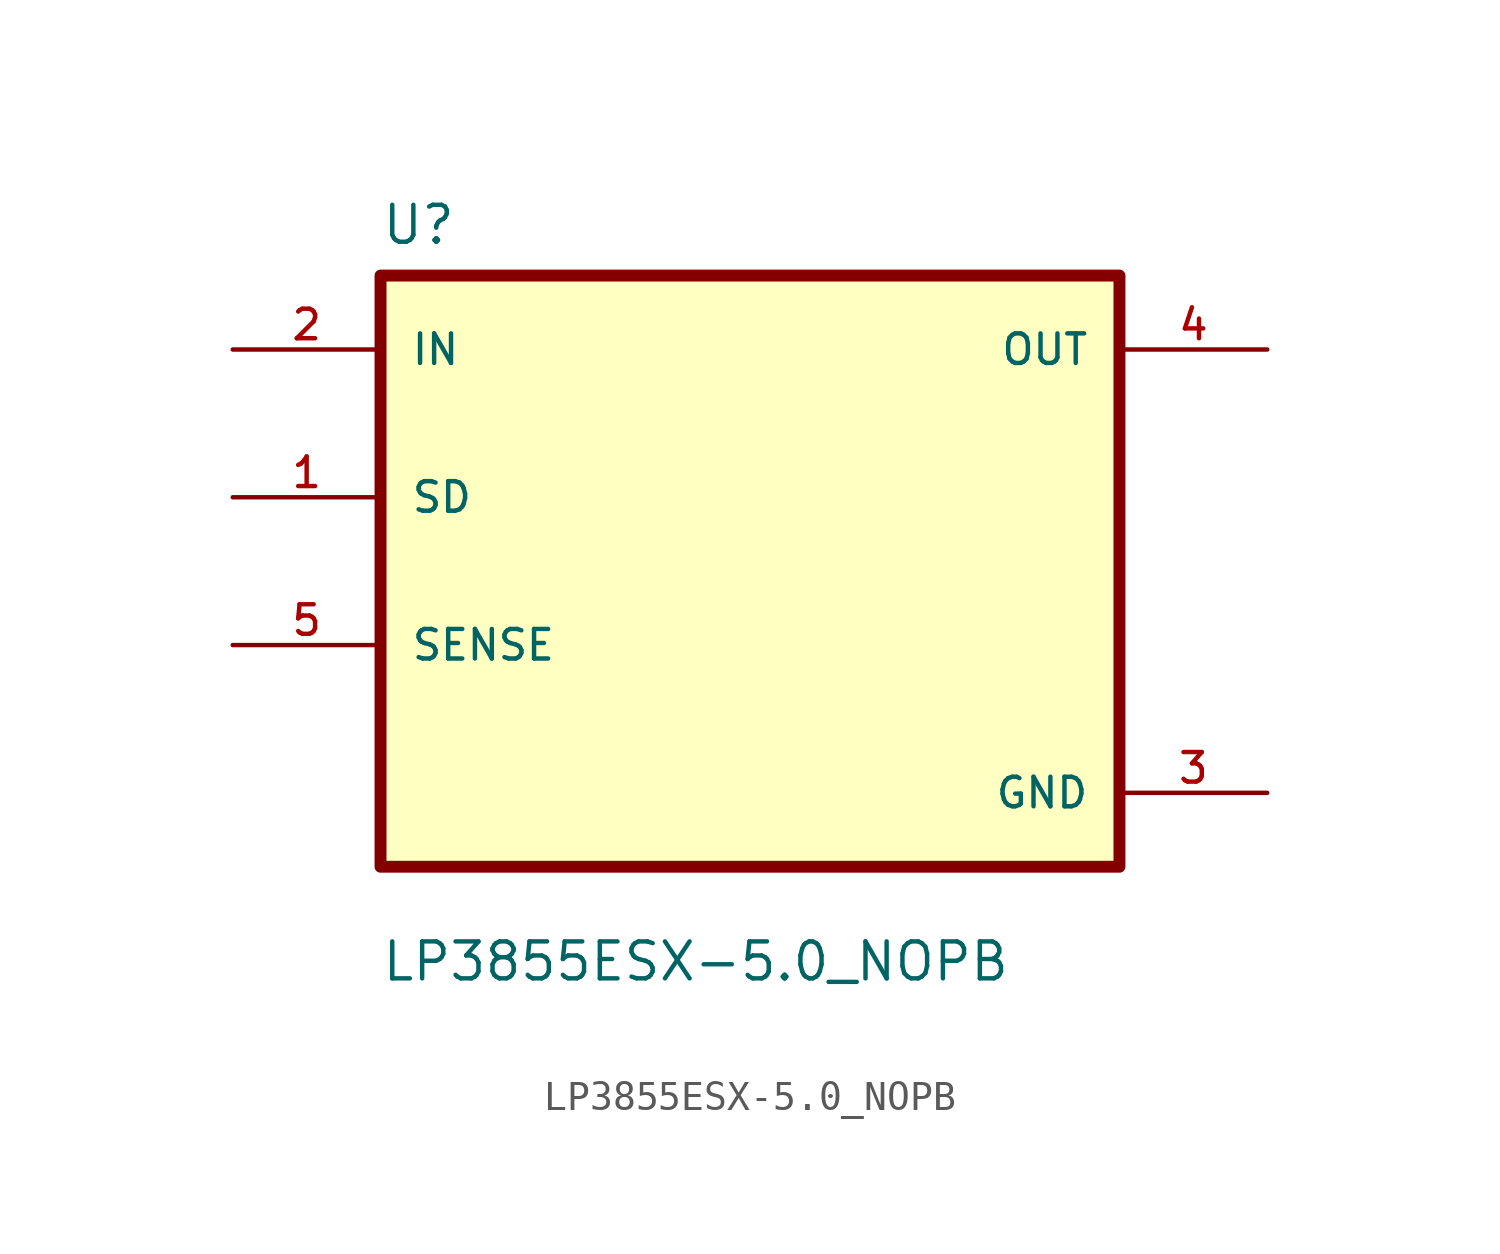
<source format=kicad_sym>
(kicad_symbol_lib
  (version 20211014)
  (generator kicad_symbol_editor)
  (symbol "LP3855ESX-5.0_NOPB"
    (pin_names
      (offset 1.016))
    (property "Reference" "U"
      (at -12.7 11.16 0.0)
      (effects (font (size 1.27 1.27)) (justify bottom left)))
    (property "Value" "LP3855ESX-5.0_NOPB"
      (at -12.7 -14.16 0.0)
      (effects (font (size 1.27 1.27)) (justify bottom left)))
    (symbol "LP3855ESX-5.0_NOPB_0_0"
      (rectangle (start -12.7 -10.16) (end 12.7 10.16) (stroke (width 0.41)) (fill (type background)))
      (pin input line (at -17.78 7.62 0) (length 5.08) (name "IN" (effects (font (size 1.016 1.016)))) (number "2" (effects (font (size 1.016 1.016)))))
      (pin bidirectional line (at -17.78 2.54 0) (length 5.08) (name "SD" (effects (font (size 1.016 1.016)))) (number "1" (effects (font (size 1.016 1.016)))))
      (pin bidirectional line (at -17.78 -2.54 0) (length 5.08) (name "SENSE" (effects (font (size 1.016 1.016)))) (number "5" (effects (font (size 1.016 1.016)))))
      (pin output line (at 17.78 7.62 180.0) (length 5.08) (name "OUT" (effects (font (size 1.016 1.016)))) (number "4" (effects (font (size 1.016 1.016)))))
      (pin power_in line (at 17.78 -7.62 180.0) (length 5.08) (name "GND" (effects (font (size 1.016 1.016)))) (number "3" (effects (font (size 1.016 1.016))))))))
</source>
